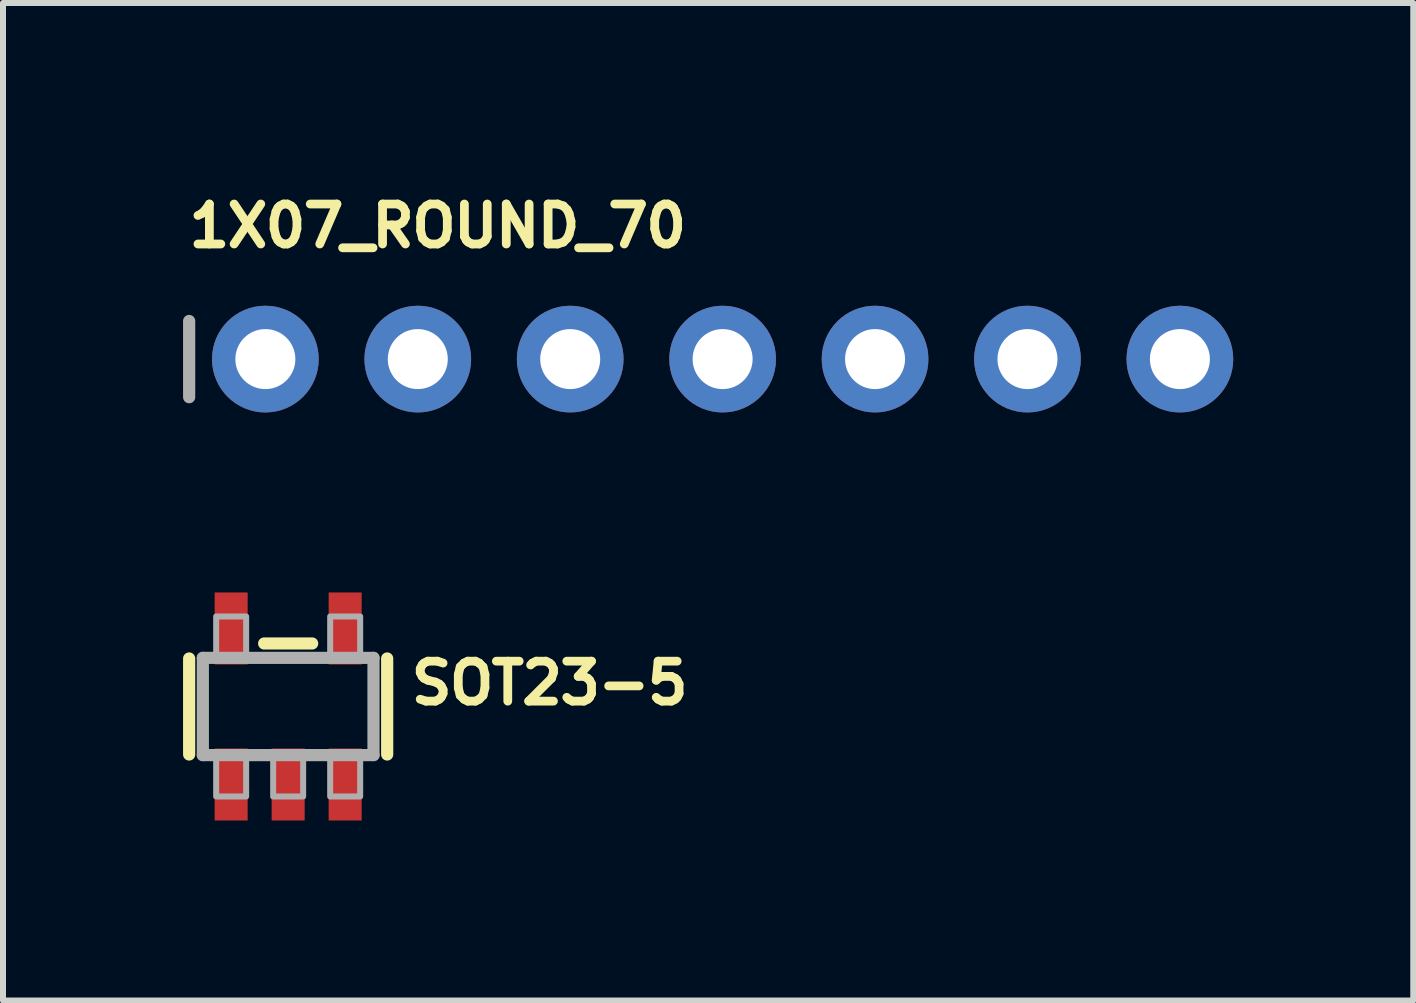
<source format=kicad_pcb>
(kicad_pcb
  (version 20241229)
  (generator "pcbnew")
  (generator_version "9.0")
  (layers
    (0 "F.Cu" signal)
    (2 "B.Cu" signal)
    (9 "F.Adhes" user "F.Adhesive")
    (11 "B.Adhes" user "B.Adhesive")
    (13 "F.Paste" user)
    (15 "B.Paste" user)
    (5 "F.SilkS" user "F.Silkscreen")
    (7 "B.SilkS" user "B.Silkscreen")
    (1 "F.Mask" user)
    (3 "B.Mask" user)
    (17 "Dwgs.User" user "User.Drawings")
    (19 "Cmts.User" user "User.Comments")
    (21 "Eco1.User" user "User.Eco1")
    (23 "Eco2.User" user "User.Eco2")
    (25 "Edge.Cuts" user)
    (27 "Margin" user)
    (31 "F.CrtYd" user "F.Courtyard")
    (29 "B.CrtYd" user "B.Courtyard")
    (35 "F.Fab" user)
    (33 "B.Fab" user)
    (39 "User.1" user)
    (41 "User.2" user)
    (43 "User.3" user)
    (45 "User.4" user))
  (footprint "SOT23-5"
    (layer "F.Cu")
    (at 1.752 8.723)
    (property "Reference" "SOT23-5" (at 1.978 0 0) (layer "F.SilkS") (effects (font (size 0.666 0.666) (thickness 0.146)) (justify left bottom)))
    (fp_line (start -1.65 -0.8) (end -1.65 0.8) (stroke (width 0.203) (type solid)) (layer "F.SilkS"))
    (fp_line (start -0.4 -1.05) (end 0.4 -1.05) (stroke (width 0.203) (type solid)) (layer "F.SilkS"))
    (fp_line (start 1.65 -0.8) (end 1.65 0.8) (stroke (width 0.203) (type solid)) (layer "F.SilkS"))
    (fp_line (start -1.422 -0.81) (end 1.422 -0.81) (stroke (width 0.203) (type solid)) (layer "F.Fab"))
    (fp_line (start -1.422 0.81) (end -1.422 -0.81) (stroke (width 0.203) (type solid)) (layer "F.Fab"))
    (fp_line (start 1.422 -0.81) (end 1.422 0.81) (stroke (width 0.203) (type solid)) (layer "F.Fab"))
    (fp_line (start 1.422 0.81) (end -1.422 0.81) (stroke (width 0.203) (type solid)) (layer "F.Fab"))
    (fp_poly (pts (xy -1.2 -0.85) (xy -0.7 -0.85) (xy -0.7 -1.5) (xy -1.2 -1.5)) (stroke (width 0.1) (type solid)) (fill no) (layer "F.Fab"))
    (fp_poly (pts (xy -1.2 1.5) (xy -0.7 1.5) (xy -0.7 0.85) (xy -1.2 0.85)) (stroke (width 0.1) (type solid)) (fill no) (layer "F.Fab"))
    (fp_poly (pts (xy -0.25 1.5) (xy 0.25 1.5) (xy 0.25 0.85) (xy -0.25 0.85)) (stroke (width 0.1) (type solid)) (fill no) (layer "F.Fab"))
    (fp_poly (pts (xy 0.7 -0.85) (xy 1.2 -0.85) (xy 1.2 -1.5) (xy 0.7 -1.5)) (stroke (width 0.1) (type solid)) (fill no) (layer "F.Fab"))
    (fp_poly (pts (xy 0.7 1.5) (xy 1.2 1.5) (xy 1.2 0.85) (xy 0.7 0.85)) (stroke (width 0.1) (type solid)) (fill no) (layer "F.Fab"))
    (pad "1" smd rect (at -0.95 1.3) (size 0.55 1.2) (layers "F.Cu" "F.Mask" "F.Paste"))
    (pad "2" smd rect (at 0 1.3) (size 0.55 1.2) (layers "F.Cu" "F.Mask" "F.Paste"))
    (pad "3" smd rect (at 0.95 1.3) (size 0.55 1.2) (layers "F.Cu" "F.Mask" "F.Paste"))
    (pad "4" smd rect (at 0.95 -1.3) (size 0.55 1.2) (layers "F.Cu" "F.Mask" "F.Paste"))
    (pad "5" smd rect (at -0.95 -1.3) (size 0.55 1.2) (layers "F.Cu" "F.Mask" "F.Paste")))
  (footprint "1X07_ROUND_70"
    (layer "F.Cu")
    (at 8.992 2.934)
    (property "Reference" "1X07_ROUND_70" (at -8.966 -1.829 0) (layer "F.SilkS") (effects (font (size 0.666 0.666) (thickness 0.146)) (justify left bottom)))
    (fp_line (start -8.89 -0.635) (end -8.89 0.635) (stroke (width 0.203) (type solid)) (layer "F.Fab"))
    (fp_poly (pts (xy -7.874 0.254) (xy -7.366 0.254) (xy -7.366 -0.254) (xy -7.874 -0.254)) (stroke (width 0.1) (type solid)) (fill no) (layer "F.Fab"))
    (fp_poly (pts (xy -5.334 0.254) (xy -4.826 0.254) (xy -4.826 -0.254) (xy -5.334 -0.254)) (stroke (width 0.1) (type solid)) (fill no) (layer "F.Fab"))
    (fp_poly (pts (xy -2.794 0.254) (xy -2.286 0.254) (xy -2.286 -0.254) (xy -2.794 -0.254)) (stroke (width 0.1) (type solid)) (fill no) (layer "F.Fab"))
    (fp_poly (pts (xy -0.254 0.254) (xy 0.254 0.254) (xy 0.254 -0.254) (xy -0.254 -0.254)) (stroke (width 0.1) (type solid)) (fill no) (layer "F.Fab"))
    (fp_poly (pts (xy 2.286 0.254) (xy 2.794 0.254) (xy 2.794 -0.254) (xy 2.286 -0.254)) (stroke (width 0.1) (type solid)) (fill no) (layer "F.Fab"))
    (fp_poly (pts (xy 4.826 0.254) (xy 5.334 0.254) (xy 5.334 -0.254) (xy 4.826 -0.254)) (stroke (width 0.1) (type solid)) (fill no) (layer "F.Fab"))
    (fp_poly (pts (xy 7.366 0.254) (xy 7.874 0.254) (xy 7.874 -0.254) (xy 7.366 -0.254)) (stroke (width 0.1) (type solid)) (fill no) (layer "F.Fab"))
    (pad "1" thru_hole circle (at -7.62 0 90) (size 1.778 1.778) (drill 1) (layers "*.Cu" "*.Mask"))
    (pad "2" thru_hole circle (at -5.08 0 90) (size 1.778 1.778) (drill 1) (layers "*.Cu" "*.Mask"))
    (pad "3" thru_hole circle (at -2.54 0 90) (size 1.778 1.778) (drill 1) (layers "*.Cu" "*.Mask"))
    (pad "4" thru_hole circle (at 0 0 90) (size 1.778 1.778) (drill 1) (layers "*.Cu" "*.Mask"))
    (pad "5" thru_hole circle (at 2.54 0 90) (size 1.778 1.778) (drill 1) (layers "*.Cu" "*.Mask"))
    (pad "6" thru_hole circle (at 5.08 0 90) (size 1.778 1.778) (drill 1) (layers "*.Cu" "*.Mask"))
    (pad "7" thru_hole circle (at 7.62 0 90) (size 1.778 1.778) (drill 1) (layers "*.Cu" "*.Mask")))
  (gr_rect
    (start -3 -3)
    (end 20.501 13.623)
    (stroke (width 0.1) (type default))
    (fill no)
    (layer "Edge.Cuts")))
</source>
